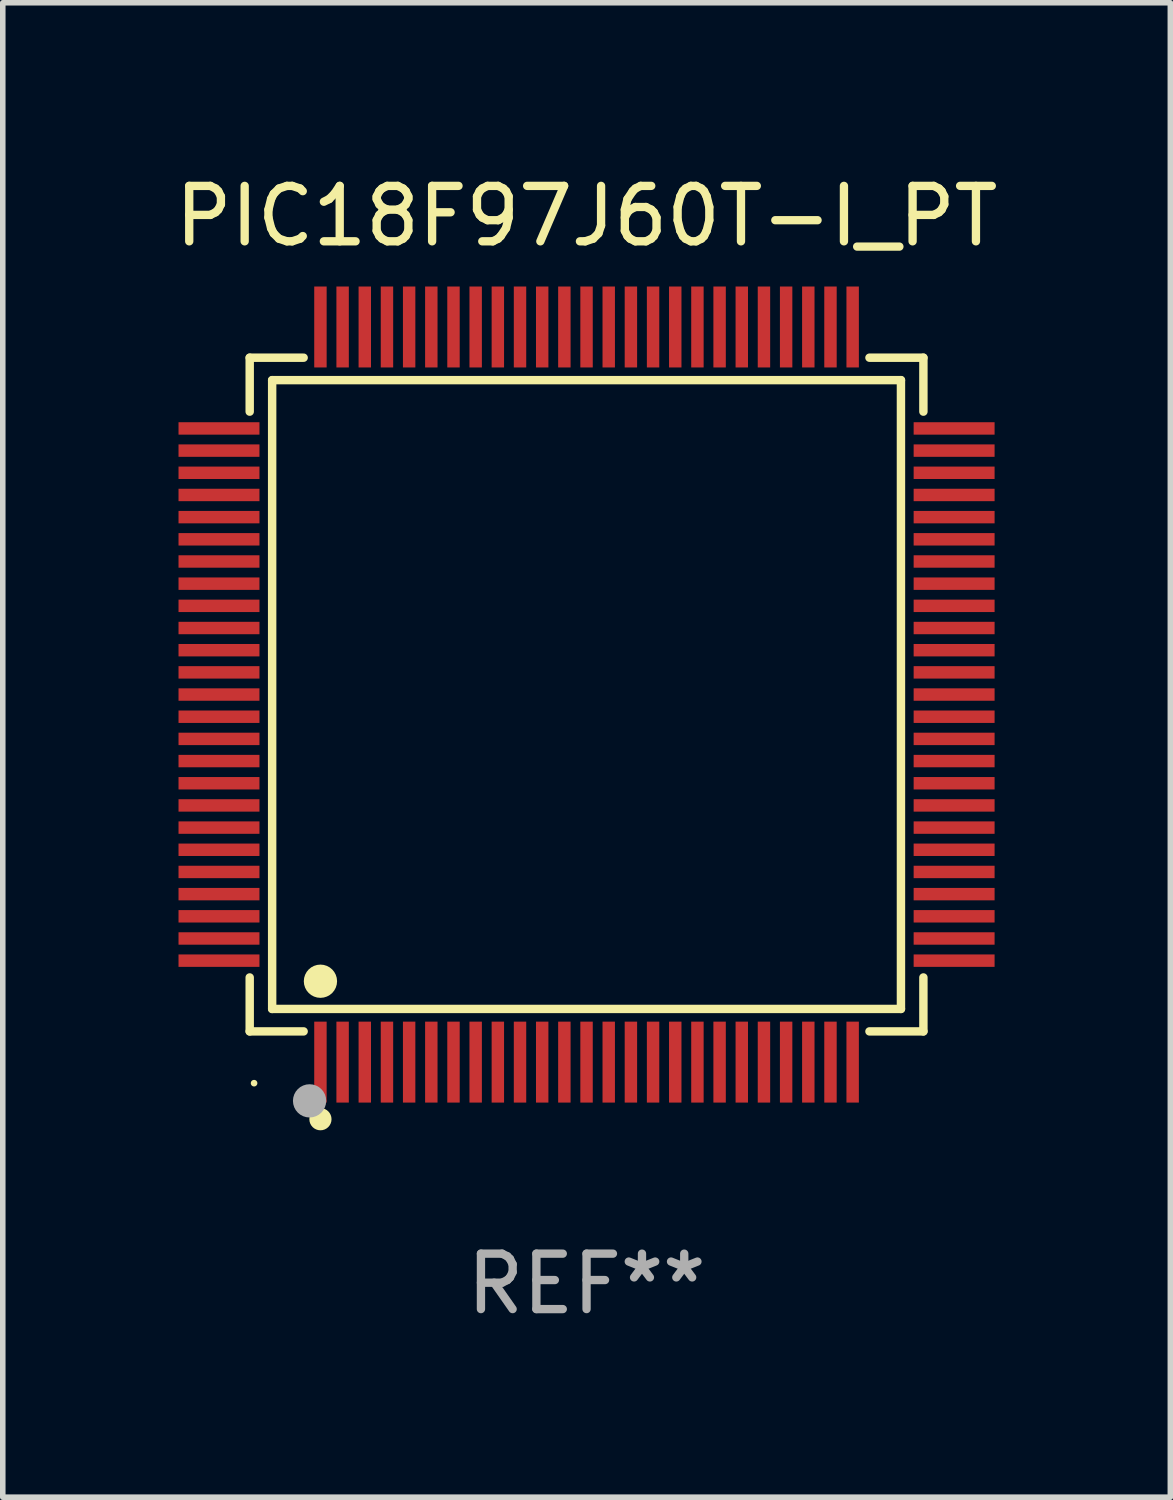
<source format=kicad_pcb>
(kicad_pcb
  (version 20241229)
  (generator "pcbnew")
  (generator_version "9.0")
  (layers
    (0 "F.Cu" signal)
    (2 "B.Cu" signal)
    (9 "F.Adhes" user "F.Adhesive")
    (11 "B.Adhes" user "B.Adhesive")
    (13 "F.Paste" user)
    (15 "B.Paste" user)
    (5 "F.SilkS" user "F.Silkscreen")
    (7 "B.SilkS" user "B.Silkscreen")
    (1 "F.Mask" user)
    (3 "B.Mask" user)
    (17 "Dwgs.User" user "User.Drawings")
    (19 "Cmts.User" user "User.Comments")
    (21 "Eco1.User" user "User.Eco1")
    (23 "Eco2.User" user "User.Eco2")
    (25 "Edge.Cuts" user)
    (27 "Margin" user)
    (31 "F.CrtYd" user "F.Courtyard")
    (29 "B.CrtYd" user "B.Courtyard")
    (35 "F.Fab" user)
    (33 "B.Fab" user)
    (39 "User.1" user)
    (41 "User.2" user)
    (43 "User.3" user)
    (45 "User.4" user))
  (footprint "PIC18F97J60T-I_PT"
    (layer "F.Cu")
    (at 7.53 9.478)
    (property "Reference" "PIC18F97J60T-I_PT" (at 0 -8.63 0) (layer "F.SilkS") (effects (font (size 1 1) (thickness 0.15))))
    (attr through_hole)
    (fp_line (start -6.076 -6.076) (end -5.103 -6.076) (stroke (width 0.152) (type solid)) (layer "F.SilkS"))
    (fp_line (start -6.076 -5.103) (end -6.076 -6.076) (stroke (width 0.152) (type solid)) (layer "F.SilkS"))
    (fp_line (start -6.076 5.103) (end -6.076 6.076) (stroke (width 0.152) (type solid)) (layer "F.SilkS"))
    (fp_line (start -6.076 6.076) (end -5.103 6.076) (stroke (width 0.152) (type solid)) (layer "F.SilkS"))
    (fp_line (start -5.671 -5.671) (end 5.671 -5.671) (stroke (width 0.152) (type solid)) (layer "F.SilkS"))
    (fp_line (start -5.671 5.671) (end -5.671 -5.671) (stroke (width 0.152) (type solid)) (layer "F.SilkS"))
    (fp_line (start 5.671 -5.671) (end 5.671 5.671) (stroke (width 0.152) (type solid)) (layer "F.SilkS"))
    (fp_line (start 5.671 5.671) (end -5.671 5.671) (stroke (width 0.152) (type solid)) (layer "F.SilkS"))
    (fp_line (start 6.076 -6.076) (end 5.103 -6.076) (stroke (width 0.152) (type solid)) (layer "F.SilkS"))
    (fp_line (start 6.076 -5.103) (end 6.076 -6.076) (stroke (width 0.152) (type solid)) (layer "F.SilkS"))
    (fp_line (start 6.076 5.103) (end 6.076 6.076) (stroke (width 0.152) (type solid)) (layer "F.SilkS"))
    (fp_line (start 6.076 6.076) (end 5.103 6.076) (stroke (width 0.152) (type solid)) (layer "F.SilkS"))
    (fp_circle (center -5.997 7.01) (end -5.967 7.01) (stroke (width 0.06) (type solid)) (fill no) (layer "F.SilkS"))
    (fp_circle (center -4.8 5.171) (end -4.65 5.171) (stroke (width 0.3) (type solid)) (fill no) (layer "F.SilkS"))
    (fp_circle (center -4.8 7.66) (end -4.7 7.66) (stroke (width 0.2) (type solid)) (fill no) (layer "F.SilkS"))
    (fp_circle (center -4.996 7.329) (end -4.846 7.329) (stroke (width 0.3) (type solid)) (fill no) (layer "F.Fab"))
    (fp_text user "REF**" (at 0 10.63 0) (layer "F.Fab") (effects (font (size 1 1) (thickness 0.15))))
    (pad "1" smd rect (at -4.8 6.63) (size 0.224 1.46) (layers "F.Cu" "F.Mask" "F.Paste"))
    (pad "2" smd rect (at -4.4 6.63) (size 0.224 1.46) (layers "F.Cu" "F.Mask" "F.Paste"))
    (pad "3" smd rect (at -4 6.63) (size 0.224 1.46) (layers "F.Cu" "F.Mask" "F.Paste"))
    (pad "4" smd rect (at -3.6 6.63) (size 0.224 1.46) (layers "F.Cu" "F.Mask" "F.Paste"))
    (pad "5" smd rect (at -3.2 6.63) (size 0.224 1.46) (layers "F.Cu" "F.Mask" "F.Paste"))
    (pad "6" smd rect (at -2.8 6.63) (size 0.224 1.46) (layers "F.Cu" "F.Mask" "F.Paste"))
    (pad "7" smd rect (at -2.4 6.63) (size 0.224 1.46) (layers "F.Cu" "F.Mask" "F.Paste"))
    (pad "8" smd rect (at -2 6.63) (size 0.224 1.46) (layers "F.Cu" "F.Mask" "F.Paste"))
    (pad "9" smd rect (at -1.6 6.63) (size 0.224 1.46) (layers "F.Cu" "F.Mask" "F.Paste"))
    (pad "10" smd rect (at -1.2 6.63) (size 0.224 1.46) (layers "F.Cu" "F.Mask" "F.Paste"))
    (pad "11" smd rect (at -0.8 6.63) (size 0.224 1.46) (layers "F.Cu" "F.Mask" "F.Paste"))
    (pad "12" smd rect (at -0.4 6.63) (size 0.224 1.46) (layers "F.Cu" "F.Mask" "F.Paste"))
    (pad "13" smd rect (at 0 6.63) (size 0.224 1.46) (layers "F.Cu" "F.Mask" "F.Paste"))
    (pad "14" smd rect (at 0.4 6.63) (size 0.224 1.46) (layers "F.Cu" "F.Mask" "F.Paste"))
    (pad "15" smd rect (at 0.8 6.63) (size 0.224 1.46) (layers "F.Cu" "F.Mask" "F.Paste"))
    (pad "16" smd rect (at 1.2 6.63) (size 0.224 1.46) (layers "F.Cu" "F.Mask" "F.Paste"))
    (pad "17" smd rect (at 1.6 6.63) (size 0.224 1.46) (layers "F.Cu" "F.Mask" "F.Paste"))
    (pad "18" smd rect (at 2 6.63) (size 0.224 1.46) (layers "F.Cu" "F.Mask" "F.Paste"))
    (pad "19" smd rect (at 2.4 6.63) (size 0.224 1.46) (layers "F.Cu" "F.Mask" "F.Paste"))
    (pad "20" smd rect (at 2.8 6.63) (size 0.224 1.46) (layers "F.Cu" "F.Mask" "F.Paste"))
    (pad "21" smd rect (at 3.2 6.63) (size 0.224 1.46) (layers "F.Cu" "F.Mask" "F.Paste"))
    (pad "22" smd rect (at 3.6 6.63) (size 0.224 1.46) (layers "F.Cu" "F.Mask" "F.Paste"))
    (pad "23" smd rect (at 4 6.63) (size 0.224 1.46) (layers "F.Cu" "F.Mask" "F.Paste"))
    (pad "24" smd rect (at 4.4 6.63) (size 0.224 1.46) (layers "F.Cu" "F.Mask" "F.Paste"))
    (pad "25" smd rect (at 4.8 6.63) (size 0.224 1.46) (layers "F.Cu" "F.Mask" "F.Paste"))
    (pad "26" smd rect (at 6.63 4.8) (size 1.46 0.224) (layers "F.Cu" "F.Mask" "F.Paste"))
    (pad "27" smd rect (at 6.63 4.4) (size 1.46 0.224) (layers "F.Cu" "F.Mask" "F.Paste"))
    (pad "28" smd rect (at 6.63 4) (size 1.46 0.224) (layers "F.Cu" "F.Mask" "F.Paste"))
    (pad "29" smd rect (at 6.63 3.6) (size 1.46 0.224) (layers "F.Cu" "F.Mask" "F.Paste"))
    (pad "30" smd rect (at 6.63 3.2) (size 1.46 0.224) (layers "F.Cu" "F.Mask" "F.Paste"))
    (pad "31" smd rect (at 6.63 2.8) (size 1.46 0.224) (layers "F.Cu" "F.Mask" "F.Paste"))
    (pad "32" smd rect (at 6.63 2.4) (size 1.46 0.224) (layers "F.Cu" "F.Mask" "F.Paste"))
    (pad "33" smd rect (at 6.63 2) (size 1.46 0.224) (layers "F.Cu" "F.Mask" "F.Paste"))
    (pad "34" smd rect (at 6.63 1.6) (size 1.46 0.224) (layers "F.Cu" "F.Mask" "F.Paste"))
    (pad "35" smd rect (at 6.63 1.2) (size 1.46 0.224) (layers "F.Cu" "F.Mask" "F.Paste"))
    (pad "36" smd rect (at 6.63 0.8) (size 1.46 0.224) (layers "F.Cu" "F.Mask" "F.Paste"))
    (pad "37" smd rect (at 6.63 0.4) (size 1.46 0.224) (layers "F.Cu" "F.Mask" "F.Paste"))
    (pad "38" smd rect (at 6.63 0) (size 1.46 0.224) (layers "F.Cu" "F.Mask" "F.Paste"))
    (pad "39" smd rect (at 6.63 -0.4) (size 1.46 0.224) (layers "F.Cu" "F.Mask" "F.Paste"))
    (pad "40" smd rect (at 6.63 -0.8) (size 1.46 0.224) (layers "F.Cu" "F.Mask" "F.Paste"))
    (pad "41" smd rect (at 6.63 -1.2) (size 1.46 0.224) (layers "F.Cu" "F.Mask" "F.Paste"))
    (pad "42" smd rect (at 6.63 -1.6) (size 1.46 0.224) (layers "F.Cu" "F.Mask" "F.Paste"))
    (pad "43" smd rect (at 6.63 -2) (size 1.46 0.224) (layers "F.Cu" "F.Mask" "F.Paste"))
    (pad "44" smd rect (at 6.63 -2.4) (size 1.46 0.224) (layers "F.Cu" "F.Mask" "F.Paste"))
    (pad "45" smd rect (at 6.63 -2.8) (size 1.46 0.224) (layers "F.Cu" "F.Mask" "F.Paste"))
    (pad "46" smd rect (at 6.63 -3.2) (size 1.46 0.224) (layers "F.Cu" "F.Mask" "F.Paste"))
    (pad "47" smd rect (at 6.63 -3.6) (size 1.46 0.224) (layers "F.Cu" "F.Mask" "F.Paste"))
    (pad "48" smd rect (at 6.63 -4) (size 1.46 0.224) (layers "F.Cu" "F.Mask" "F.Paste"))
    (pad "49" smd rect (at 6.63 -4.4) (size 1.46 0.224) (layers "F.Cu" "F.Mask" "F.Paste"))
    (pad "50" smd rect (at 6.63 -4.8) (size 1.46 0.224) (layers "F.Cu" "F.Mask" "F.Paste"))
    (pad "51" smd rect (at 4.8 -6.63) (size 0.224 1.46) (layers "F.Cu" "F.Mask" "F.Paste"))
    (pad "52" smd rect (at 4.4 -6.63) (size 0.224 1.46) (layers "F.Cu" "F.Mask" "F.Paste"))
    (pad "53" smd rect (at 4 -6.63) (size 0.224 1.46) (layers "F.Cu" "F.Mask" "F.Paste"))
    (pad "54" smd rect (at 3.6 -6.63) (size 0.224 1.46) (layers "F.Cu" "F.Mask" "F.Paste"))
    (pad "55" smd rect (at 3.2 -6.63) (size 0.224 1.46) (layers "F.Cu" "F.Mask" "F.Paste"))
    (pad "56" smd rect (at 2.8 -6.63) (size 0.224 1.46) (layers "F.Cu" "F.Mask" "F.Paste"))
    (pad "57" smd rect (at 2.4 -6.63) (size 0.224 1.46) (layers "F.Cu" "F.Mask" "F.Paste"))
    (pad "58" smd rect (at 2 -6.63) (size 0.224 1.46) (layers "F.Cu" "F.Mask" "F.Paste"))
    (pad "59" smd rect (at 1.6 -6.63) (size 0.224 1.46) (layers "F.Cu" "F.Mask" "F.Paste"))
    (pad "60" smd rect (at 1.2 -6.63) (size 0.224 1.46) (layers "F.Cu" "F.Mask" "F.Paste"))
    (pad "61" smd rect (at 0.8 -6.63) (size 0.224 1.46) (layers "F.Cu" "F.Mask" "F.Paste"))
    (pad "62" smd rect (at 0.4 -6.63) (size 0.224 1.46) (layers "F.Cu" "F.Mask" "F.Paste"))
    (pad "63" smd rect (at 0 -6.63) (size 0.224 1.46) (layers "F.Cu" "F.Mask" "F.Paste"))
    (pad "64" smd rect (at -0.4 -6.63) (size 0.224 1.46) (layers "F.Cu" "F.Mask" "F.Paste"))
    (pad "65" smd rect (at -0.8 -6.63) (size 0.224 1.46) (layers "F.Cu" "F.Mask" "F.Paste"))
    (pad "66" smd rect (at -1.2 -6.63) (size 0.224 1.46) (layers "F.Cu" "F.Mask" "F.Paste"))
    (pad "67" smd rect (at -1.6 -6.63) (size 0.224 1.46) (layers "F.Cu" "F.Mask" "F.Paste"))
    (pad "68" smd rect (at -2 -6.63) (size 0.224 1.46) (layers "F.Cu" "F.Mask" "F.Paste"))
    (pad "69" smd rect (at -2.4 -6.63) (size 0.224 1.46) (layers "F.Cu" "F.Mask" "F.Paste"))
    (pad "70" smd rect (at -2.8 -6.63) (size 0.224 1.46) (layers "F.Cu" "F.Mask" "F.Paste"))
    (pad "71" smd rect (at -3.2 -6.63) (size 0.224 1.46) (layers "F.Cu" "F.Mask" "F.Paste"))
    (pad "72" smd rect (at -3.6 -6.63) (size 0.224 1.46) (layers "F.Cu" "F.Mask" "F.Paste"))
    (pad "73" smd rect (at -4 -6.63) (size 0.224 1.46) (layers "F.Cu" "F.Mask" "F.Paste"))
    (pad "74" smd rect (at -4.4 -6.63) (size 0.224 1.46) (layers "F.Cu" "F.Mask" "F.Paste"))
    (pad "75" smd rect (at -4.8 -6.63) (size 0.224 1.46) (layers "F.Cu" "F.Mask" "F.Paste"))
    (pad "76" smd rect (at -6.63 -4.8) (size 1.46 0.224) (layers "F.Cu" "F.Mask" "F.Paste"))
    (pad "77" smd rect (at -6.63 -4.4) (size 1.46 0.224) (layers "F.Cu" "F.Mask" "F.Paste"))
    (pad "78" smd rect (at -6.63 -4) (size 1.46 0.224) (layers "F.Cu" "F.Mask" "F.Paste"))
    (pad "79" smd rect (at -6.63 -3.6) (size 1.46 0.224) (layers "F.Cu" "F.Mask" "F.Paste"))
    (pad "80" smd rect (at -6.63 -3.2) (size 1.46 0.224) (layers "F.Cu" "F.Mask" "F.Paste"))
    (pad "81" smd rect (at -6.63 -2.8) (size 1.46 0.224) (layers "F.Cu" "F.Mask" "F.Paste"))
    (pad "82" smd rect (at -6.63 -2.4) (size 1.46 0.224) (layers "F.Cu" "F.Mask" "F.Paste"))
    (pad "83" smd rect (at -6.63 -2) (size 1.46 0.224) (layers "F.Cu" "F.Mask" "F.Paste"))
    (pad "84" smd rect (at -6.63 -1.6) (size 1.46 0.224) (layers "F.Cu" "F.Mask" "F.Paste"))
    (pad "85" smd rect (at -6.63 -1.2) (size 1.46 0.224) (layers "F.Cu" "F.Mask" "F.Paste"))
    (pad "86" smd rect (at -6.63 -0.8) (size 1.46 0.224) (layers "F.Cu" "F.Mask" "F.Paste"))
    (pad "87" smd rect (at -6.63 -0.4) (size 1.46 0.224) (layers "F.Cu" "F.Mask" "F.Paste"))
    (pad "88" smd rect (at -6.63 0) (size 1.46 0.224) (layers "F.Cu" "F.Mask" "F.Paste"))
    (pad "89" smd rect (at -6.63 0.4) (size 1.46 0.224) (layers "F.Cu" "F.Mask" "F.Paste"))
    (pad "90" smd rect (at -6.63 0.8) (size 1.46 0.224) (layers "F.Cu" "F.Mask" "F.Paste"))
    (pad "91" smd rect (at -6.63 1.2) (size 1.46 0.224) (layers "F.Cu" "F.Mask" "F.Paste"))
    (pad "92" smd rect (at -6.63 1.6) (size 1.46 0.224) (layers "F.Cu" "F.Mask" "F.Paste"))
    (pad "93" smd rect (at -6.63 2) (size 1.46 0.224) (layers "F.Cu" "F.Mask" "F.Paste"))
    (pad "94" smd rect (at -6.63 2.4) (size 1.46 0.224) (layers "F.Cu" "F.Mask" "F.Paste"))
    (pad "95" smd rect (at -6.63 2.8) (size 1.46 0.224) (layers "F.Cu" "F.Mask" "F.Paste"))
    (pad "96" smd rect (at -6.63 3.2) (size 1.46 0.224) (layers "F.Cu" "F.Mask" "F.Paste"))
    (pad "97" smd rect (at -6.63 3.6) (size 1.46 0.224) (layers "F.Cu" "F.Mask" "F.Paste"))
    (pad "98" smd rect (at -6.63 4) (size 1.46 0.224) (layers "F.Cu" "F.Mask" "F.Paste"))
    (pad "99" smd rect (at -6.63 4.4) (size 1.46 0.224) (layers "F.Cu" "F.Mask" "F.Paste"))
    (pad "100" smd rect (at -6.63 4.8) (size 1.46 0.224) (layers "F.Cu" "F.Mask" "F.Paste")))
  (gr_rect
    (start -3 -3)
    (end 18.06 23.956)
    (stroke (width 0.1) (type default))
    (fill no)
    (layer "Edge.Cuts")))
</source>
